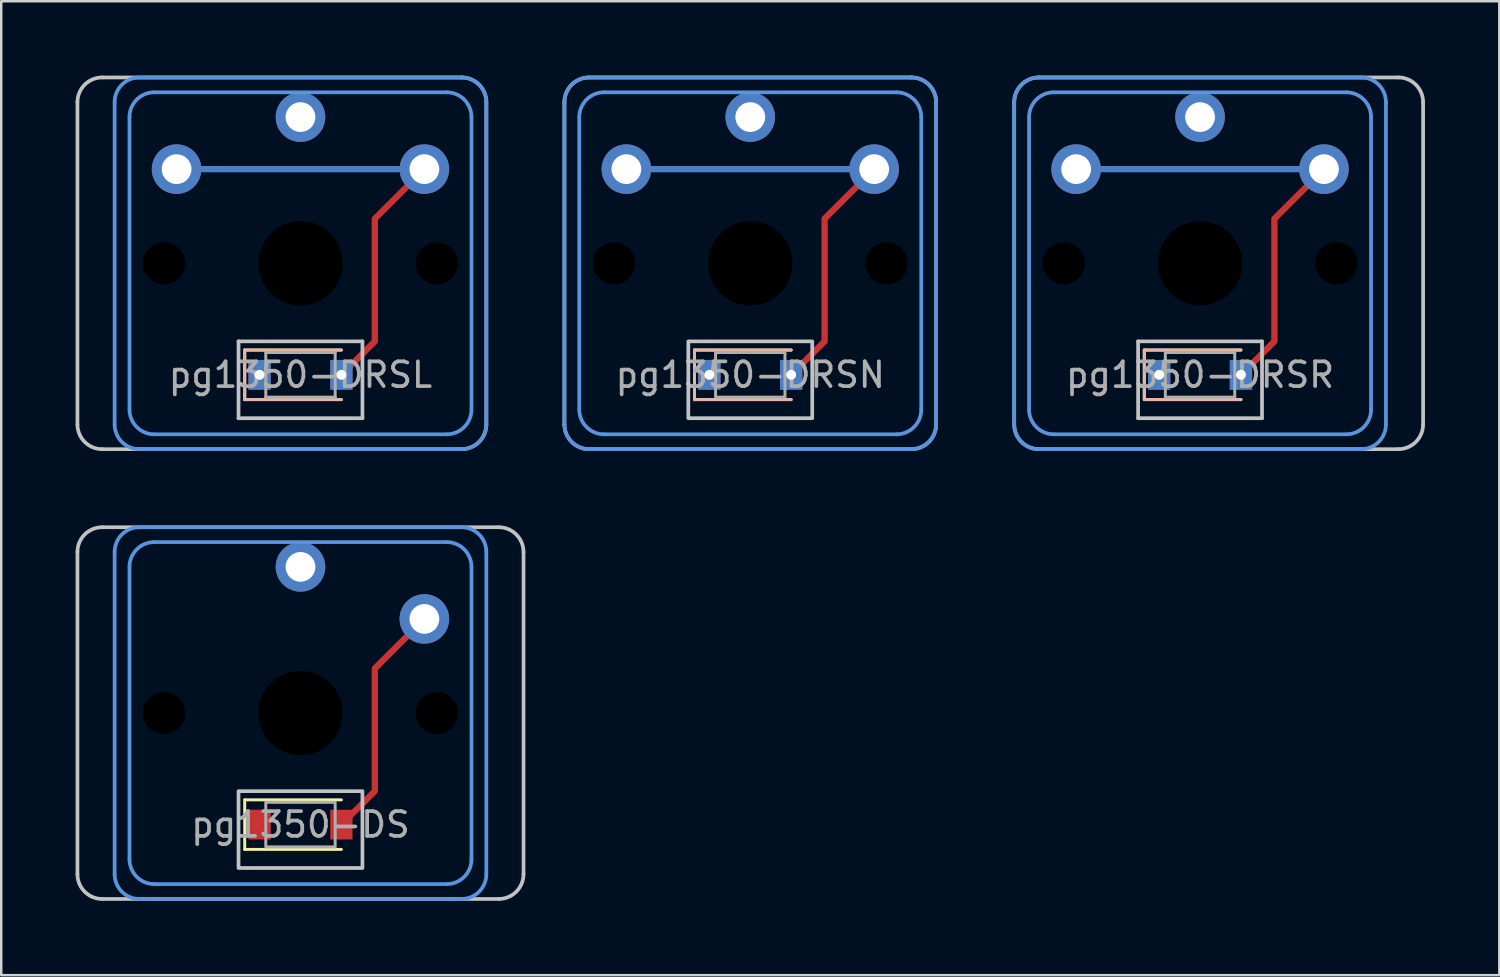
<source format=kicad_pcb>
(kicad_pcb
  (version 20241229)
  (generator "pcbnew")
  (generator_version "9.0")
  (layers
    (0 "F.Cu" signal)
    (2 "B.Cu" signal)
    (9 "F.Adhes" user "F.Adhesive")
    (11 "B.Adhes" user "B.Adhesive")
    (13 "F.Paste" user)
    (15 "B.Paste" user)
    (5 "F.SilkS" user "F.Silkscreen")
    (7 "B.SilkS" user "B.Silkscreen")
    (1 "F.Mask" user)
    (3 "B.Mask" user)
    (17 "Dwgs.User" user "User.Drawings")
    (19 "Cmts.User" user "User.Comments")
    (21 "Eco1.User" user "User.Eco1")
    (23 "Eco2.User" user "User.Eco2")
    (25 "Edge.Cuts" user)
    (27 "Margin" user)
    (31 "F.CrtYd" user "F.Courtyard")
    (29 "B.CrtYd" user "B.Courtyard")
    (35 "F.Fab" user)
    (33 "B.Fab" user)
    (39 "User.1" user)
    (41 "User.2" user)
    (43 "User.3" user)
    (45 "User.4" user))
  (footprint "pg1350-DRSL"
    (layer "F.Cu")
    (at 9.075 12.075)
    (property "Reference" "pg1350-DRSL" (at 0 0 0) (layer "F.Fab") (effects (font (size 1 1) (thickness 0.15))))
    (attr smd)
    (fp_line (start -2.25 -1) (end -2.25 1) (stroke (width 0.12) (type solid)) (layer "F.SilkS"))
    (fp_line (start -2.25 -1) (end 1.65 -1) (stroke (width 0.12) (type solid)) (layer "F.SilkS"))
    (fp_line (start -2.25 1) (end 1.65 1) (stroke (width 0.12) (type solid)) (layer "F.SilkS"))
    (fp_line (start -2.25 -1) (end -2.25 1) (stroke (width 0.12) (type solid)) (layer "B.SilkS"))
    (fp_line (start -2.25 -1) (end 1.65 -1) (stroke (width 0.12) (type solid)) (layer "B.SilkS"))
    (fp_line (start -2.25 1) (end 1.65 1) (stroke (width 0.12) (type solid)) (layer "B.SilkS"))
    (fp_line (start -9 2) (end -9 -11) (stroke (width 0.15) (type solid)) (layer "Dwgs.User"))
    (fp_line (start -8 -12) (end 6.5 -12) (stroke (width 0.15) (type solid)) (layer "Dwgs.User"))
    (fp_line (start -2.5 -1.35) (end -2.5 1.75) (stroke (width 0.15) (type solid)) (layer "Dwgs.User"))
    (fp_line (start -2.5 1.75) (end 2.5 1.75) (stroke (width 0.15) (type solid)) (layer "Dwgs.User"))
    (fp_line (start 2.5 -1.35) (end -2.5 -1.35) (stroke (width 0.15) (type solid)) (layer "Dwgs.User"))
    (fp_line (start 2.5 1.75) (end 2.5 -1.35) (stroke (width 0.15) (type solid)) (layer "Dwgs.User"))
    (fp_line (start 6.5 3) (end -8 3) (stroke (width 0.15) (type solid)) (layer "Dwgs.User"))
    (fp_line (start 7.5 -11) (end 7.5 2) (stroke (width 0.15) (type solid)) (layer "Dwgs.User"))
    (fp_arc (start -9 -11) (mid -8.707107 -11.707107) (end -8 -12) (stroke (width 0.15) (type solid)) (layer "Dwgs.User"))
    (fp_arc (start -8 3) (mid -8.707107 2.707107) (end -9 2) (stroke (width 0.15) (type solid)) (layer "Dwgs.User"))
    (fp_arc (start 6.5 -12) (mid 7.207107 -11.707107) (end 7.5 -11) (stroke (width 0.15) (type solid)) (layer "Dwgs.User"))
    (fp_arc (start 7.5 2) (mid 7.207107 2.707107) (end 6.5 3) (stroke (width 0.15) (type solid)) (layer "Dwgs.User"))
    (fp_line (start -7.5 2) (end -7.5 -11) (stroke (width 0.15) (type solid)) (layer "Cmts.User"))
    (fp_line (start -6.9 1.4) (end -6.9 -10.4) (stroke (width 0.15) (type solid)) (layer "Cmts.User"))
    (fp_line (start -6.5 -12) (end 6.5 -12) (stroke (width 0.15) (type solid)) (layer "Cmts.User"))
    (fp_line (start -5.9 -11.4) (end 5.9 -11.4) (stroke (width 0.15) (type solid)) (layer "Cmts.User"))
    (fp_line (start 5.9 2.4) (end -5.9 2.4) (stroke (width 0.15) (type solid)) (layer "Cmts.User"))
    (fp_line (start 6.5 3) (end -6.5 3) (stroke (width 0.15) (type solid)) (layer "Cmts.User"))
    (fp_line (start 6.9 -10.4) (end 6.9 1.4) (stroke (width 0.15) (type solid)) (layer "Cmts.User"))
    (fp_line (start 7.5 -11) (end 7.5 2) (stroke (width 0.15) (type solid)) (layer "Cmts.User"))
    (fp_arc (start -7.5 -11) (mid -7.207107 -11.707107) (end -6.5 -12) (stroke (width 0.15) (type solid)) (layer "Cmts.User"))
    (fp_arc (start -6.9 -10.4) (mid -6.607107 -11.107107) (end -5.9 -11.4) (stroke (width 0.15) (type solid)) (layer "Cmts.User"))
    (fp_arc (start -6.5 3) (mid -7.207107 2.707107) (end -7.5 2) (stroke (width 0.15) (type solid)) (layer "Cmts.User"))
    (fp_arc (start -5.9 2.4) (mid -6.607107 2.107107) (end -6.9 1.4) (stroke (width 0.15) (type solid)) (layer "Cmts.User"))
    (fp_arc (start 5.9 -11.4) (mid 6.607107 -11.107107) (end 6.9 -10.4) (stroke (width 0.15) (type solid)) (layer "Cmts.User"))
    (fp_arc (start 6.5 -12) (mid 7.207107 -11.707107) (end 7.5 -11) (stroke (width 0.15) (type solid)) (layer "Cmts.User"))
    (fp_arc (start 6.9 1.4) (mid 6.607107 2.107107) (end 5.9 2.4) (stroke (width 0.15) (type solid)) (layer "Cmts.User"))
    (fp_arc (start 7.5 2) (mid 7.207107 2.707107) (end 6.5 3) (stroke (width 0.15) (type solid)) (layer "Cmts.User"))
    (fp_line (start -1.4 -0.9) (end -1.4 0.9) (stroke (width 0.12) (type solid)) (layer "F.Fab"))
    (fp_line (start -1.4 0.9) (end 1.4 0.9) (stroke (width 0.12) (type solid)) (layer "F.Fab"))
    (fp_line (start 1.4 -0.9) (end -1.4 -0.9) (stroke (width 0.12) (type solid)) (layer "F.Fab"))
    (fp_line (start 1.4 0.9) (end 1.4 -0.9) (stroke (width 0.12) (type solid)) (layer "F.Fab"))
    (pad "" np_thru_hole circle (at -5.5 -4.5) (size 1.7 1.7) (drill 1.7) (layers "*.Mask"))
    (pad "" smd custom (at -5 -8.3) (size 0.254 0.254) (layers "B.Cu") (options (anchor circle)) (primitives (gr_line (start 0 0) (end 10 0) (width 0.254))))
    (pad "" thru_hole circle (at -5 -8.3) (size 2 2) (drill 1.2) (layers "*.Cu" "F.Mask"))
    (pad "" np_thru_hole circle (at 0 -4.5) (size 3.4 3.4) (drill 3.4) (layers "*.Mask"))
    (pad "" thru_hole rect (at 1.65 0) (size 0.9 1.2) (drill 0.4) (layers "*.Cu" "*.Mask"))
    (pad "" smd custom (at 5 -8.3) (size 0.254 0.254) (layers "F.Cu") (options (anchor circle)) (primitives (gr_line (start 0 0) (end -2 2) (width 0.254)) (gr_line (start -2 2) (end -2 6.95) (width 0.254)) (gr_line (start -2 6.95) (end -3.35 8.3) (width 0.254))))
    (pad "" thru_hole circle (at 5 -8.3) (size 2 2) (drill 1.2) (layers "*.Cu" "B.Mask"))
    (pad "" np_thru_hole circle (at 5.5 -4.5) (size 1.7 1.7) (drill 1.7) (layers "*.Mask"))
    (pad "1" thru_hole circle (at 0 -10.4) (size 2 2) (drill 1.2) (layers "*.Cu" "*.Mask"))
    (pad "2" thru_hole rect (at -1.65 0) (size 0.9 1.2) (drill 0.4) (layers "*.Cu" "*.Mask")))
  (footprint "pg1350-DS"
    (layer "F.Cu")
    (at 9.075 30.225)
    (property "Reference" "pg1350-DS" (at 0 0 0) (layer "F.Fab") (effects (font (size 1 1) (thickness 0.15))))
    (attr smd)
    (fp_line (start -2.25 -1) (end -2.25 1) (stroke (width 0.12) (type solid)) (layer "F.SilkS"))
    (fp_line (start -2.25 1) (end 1.65 1) (stroke (width 0.12) (type solid)) (layer "F.SilkS"))
    (fp_line (start 1.65 -1) (end -2.25 -1) (stroke (width 0.12) (type solid)) (layer "F.SilkS"))
    (fp_line (start -9 2) (end -9 -11) (stroke (width 0.15) (type solid)) (layer "Dwgs.User"))
    (fp_line (start -8 -12) (end 8 -12) (stroke (width 0.15) (type solid)) (layer "Dwgs.User"))
    (fp_line (start 8 3) (end -8 3) (stroke (width 0.15) (type solid)) (layer "Dwgs.User"))
    (fp_line (start 9 -11) (end 9 2) (stroke (width 0.15) (type solid)) (layer "Dwgs.User"))
    (fp_rect (start 2.5 1.75) (end -2.5 -1.35) (stroke (width 0.15) (type solid)) (fill no) (layer "Dwgs.User"))
    (fp_arc (start -9 -11) (mid -8.707107 -11.707107) (end -8 -12) (stroke (width 0.15) (type solid)) (layer "Dwgs.User"))
    (fp_arc (start -8 3) (mid -8.707107 2.707107) (end -9 2) (stroke (width 0.15) (type solid)) (layer "Dwgs.User"))
    (fp_arc (start 8 -12) (mid 8.707107 -11.707107) (end 9 -11) (stroke (width 0.15) (type solid)) (layer "Dwgs.User"))
    (fp_arc (start 9 2) (mid 8.707107 2.707107) (end 8 3) (stroke (width 0.15) (type solid)) (layer "Dwgs.User"))
    (fp_line (start -7.5 2) (end -7.5 -11) (stroke (width 0.15) (type solid)) (layer "Cmts.User"))
    (fp_line (start -6.9 1.4) (end -6.9 -10.4) (stroke (width 0.15) (type solid)) (layer "Cmts.User"))
    (fp_line (start -6.5 -12) (end 6.5 -12) (stroke (width 0.15) (type solid)) (layer "Cmts.User"))
    (fp_line (start -5.9 -11.4) (end 5.9 -11.4) (stroke (width 0.15) (type solid)) (layer "Cmts.User"))
    (fp_line (start 5.9 2.4) (end -5.9 2.4) (stroke (width 0.15) (type solid)) (layer "Cmts.User"))
    (fp_line (start 6.5 3) (end -6.5 3) (stroke (width 0.15) (type solid)) (layer "Cmts.User"))
    (fp_line (start 6.9 -10.4) (end 6.9 1.4) (stroke (width 0.15) (type solid)) (layer "Cmts.User"))
    (fp_line (start 7.5 -11) (end 7.5 2) (stroke (width 0.15) (type solid)) (layer "Cmts.User"))
    (fp_arc (start -7.5 -11) (mid -7.207107 -11.707107) (end -6.5 -12) (stroke (width 0.15) (type solid)) (layer "Cmts.User"))
    (fp_arc (start -6.9 -10.4) (mid -6.607107 -11.107107) (end -5.9 -11.4) (stroke (width 0.15) (type solid)) (layer "Cmts.User"))
    (fp_arc (start -6.5 3) (mid -7.207107 2.707107) (end -7.5 2) (stroke (width 0.15) (type solid)) (layer "Cmts.User"))
    (fp_arc (start -5.9 2.4) (mid -6.607107 2.107107) (end -6.9 1.4) (stroke (width 0.15) (type solid)) (layer "Cmts.User"))
    (fp_arc (start 5.9 -11.4) (mid 6.607107 -11.107107) (end 6.9 -10.4) (stroke (width 0.15) (type solid)) (layer "Cmts.User"))
    (fp_arc (start 6.5 -12) (mid 7.207107 -11.707107) (end 7.5 -11) (stroke (width 0.15) (type solid)) (layer "Cmts.User"))
    (fp_arc (start 6.9 1.4) (mid 6.607107 2.107107) (end 5.9 2.4) (stroke (width 0.15) (type solid)) (layer "Cmts.User"))
    (fp_arc (start 7.5 2) (mid 7.207107 2.707107) (end 6.5 3) (stroke (width 0.15) (type solid)) (layer "Cmts.User"))
    (fp_rect (start 1.4 0.9) (end -1.4 -0.9) (stroke (width 0.12) (type solid)) (fill no) (layer "F.Fab"))
    (pad "" np_thru_hole circle (at -5.5 -4.5) (size 1.7 1.7) (drill 1.7) (layers "*.Mask"))
    (pad "" np_thru_hole circle (at 0 -4.5) (size 3.4 3.4) (drill 3.4) (layers "*.Mask"))
    (pad "" np_thru_hole circle (at 5.5 -4.5) (size 1.7 1.7) (drill 1.7) (layers "*.Mask"))
    (pad "1" thru_hole circle (at 0 -10.4) (size 2 2) (drill 1.2) (layers "*.Cu" "B.Mask"))
    (pad "2" smd rect (at -1.65 0) (size 0.9 1.2) (layers "F.Cu" "F.Mask" "F.Paste"))
    (pad "3" smd custom (at 1.65 0) (size 0.254 0.254) (layers "F.Cu") (options (anchor circle)) (primitives (gr_line (start 3.35 -8.3) (end 1.35 -6.3) (width 0.254)) (gr_line (start 1.35 -6.3) (end 1.35 -1.35) (width 0.254)) (gr_line (start 1.35 -1.35) (end 0 0) (width 0.254))))
    (pad "3" smd rect (at 1.65 0) (size 0.9 1.2) (layers "F.Cu" "F.Mask" "F.Paste"))
    (pad "3" thru_hole circle (at 5 -8.3) (size 2 2) (drill 1.2) (layers "*.Cu" "B.Mask")))
  (footprint "pg1350-DRSR"
    (layer "F.Cu")
    (at 45.375 12.075)
    (property "Reference" "pg1350-DRSR" (at 0 0 0) (layer "F.Fab") (effects (font (size 1 1) (thickness 0.15))))
    (attr smd)
    (fp_line (start -2.25 -1) (end -2.25 1) (stroke (width 0.12) (type solid)) (layer "F.SilkS"))
    (fp_line (start -2.25 -1) (end 1.65 -1) (stroke (width 0.12) (type solid)) (layer "F.SilkS"))
    (fp_line (start -2.25 1) (end 1.65 1) (stroke (width 0.12) (type solid)) (layer "F.SilkS"))
    (fp_line (start -2.25 -1) (end -2.25 1) (stroke (width 0.12) (type solid)) (layer "B.SilkS"))
    (fp_line (start -2.25 -1) (end 1.65 -1) (stroke (width 0.12) (type solid)) (layer "B.SilkS"))
    (fp_line (start -2.25 1) (end 1.65 1) (stroke (width 0.12) (type solid)) (layer "B.SilkS"))
    (fp_line (start -7.5 2) (end -7.5 -11) (stroke (width 0.15) (type solid)) (layer "Dwgs.User"))
    (fp_line (start -6.5 -12) (end 8 -12) (stroke (width 0.15) (type solid)) (layer "Dwgs.User"))
    (fp_line (start -2.5 -1.35) (end -2.5 1.75) (stroke (width 0.15) (type solid)) (layer "Dwgs.User"))
    (fp_line (start -2.5 1.75) (end 2.5 1.75) (stroke (width 0.15) (type solid)) (layer "Dwgs.User"))
    (fp_line (start 2.5 -1.35) (end -2.5 -1.35) (stroke (width 0.15) (type solid)) (layer "Dwgs.User"))
    (fp_line (start 2.5 1.75) (end 2.5 -1.35) (stroke (width 0.15) (type solid)) (layer "Dwgs.User"))
    (fp_line (start 8 3) (end -6.5 3) (stroke (width 0.15) (type solid)) (layer "Dwgs.User"))
    (fp_line (start 9 -11) (end 9 2) (stroke (width 0.15) (type solid)) (layer "Dwgs.User"))
    (fp_arc (start -7.5 -11) (mid -7.207107 -11.707107) (end -6.5 -12) (stroke (width 0.15) (type solid)) (layer "Dwgs.User"))
    (fp_arc (start -6.5 3) (mid -7.207107 2.707107) (end -7.5 2) (stroke (width 0.15) (type solid)) (layer "Dwgs.User"))
    (fp_arc (start 8 -12) (mid 8.707107 -11.707107) (end 9 -11) (stroke (width 0.15) (type solid)) (layer "Dwgs.User"))
    (fp_arc (start 9 2) (mid 8.707107 2.707107) (end 8 3) (stroke (width 0.15) (type solid)) (layer "Dwgs.User"))
    (fp_line (start -7.5 2) (end -7.5 -11) (stroke (width 0.15) (type solid)) (layer "Cmts.User"))
    (fp_line (start -6.9 1.4) (end -6.9 -10.4) (stroke (width 0.15) (type solid)) (layer "Cmts.User"))
    (fp_line (start -6.5 -12) (end 6.5 -12) (stroke (width 0.15) (type solid)) (layer "Cmts.User"))
    (fp_line (start -5.9 -11.4) (end 5.9 -11.4) (stroke (width 0.15) (type solid)) (layer "Cmts.User"))
    (fp_line (start 5.9 2.4) (end -5.9 2.4) (stroke (width 0.15) (type solid)) (layer "Cmts.User"))
    (fp_line (start 6.5 3) (end -6.5 3) (stroke (width 0.15) (type solid)) (layer "Cmts.User"))
    (fp_line (start 6.9 -10.4) (end 6.9 1.4) (stroke (width 0.15) (type solid)) (layer "Cmts.User"))
    (fp_line (start 7.5 -11) (end 7.5 2) (stroke (width 0.15) (type solid)) (layer "Cmts.User"))
    (fp_arc (start -7.5 -11) (mid -7.207107 -11.707107) (end -6.5 -12) (stroke (width 0.15) (type solid)) (layer "Cmts.User"))
    (fp_arc (start -6.9 -10.4) (mid -6.607107 -11.107107) (end -5.9 -11.4) (stroke (width 0.15) (type solid)) (layer "Cmts.User"))
    (fp_arc (start -6.5 3) (mid -7.207107 2.707107) (end -7.5 2) (stroke (width 0.15) (type solid)) (layer "Cmts.User"))
    (fp_arc (start -5.9 2.4) (mid -6.607107 2.107107) (end -6.9 1.4) (stroke (width 0.15) (type solid)) (layer "Cmts.User"))
    (fp_arc (start 5.9 -11.4) (mid 6.607107 -11.107107) (end 6.9 -10.4) (stroke (width 0.15) (type solid)) (layer "Cmts.User"))
    (fp_arc (start 6.5 -12) (mid 7.207107 -11.707107) (end 7.5 -11) (stroke (width 0.15) (type solid)) (layer "Cmts.User"))
    (fp_arc (start 6.9 1.4) (mid 6.607107 2.107107) (end 5.9 2.4) (stroke (width 0.15) (type solid)) (layer "Cmts.User"))
    (fp_arc (start 7.5 2) (mid 7.207107 2.707107) (end 6.5 3) (stroke (width 0.15) (type solid)) (layer "Cmts.User"))
    (fp_line (start -1.4 -0.9) (end -1.4 0.9) (stroke (width 0.12) (type solid)) (layer "F.Fab"))
    (fp_line (start -1.4 0.9) (end 1.4 0.9) (stroke (width 0.12) (type solid)) (layer "F.Fab"))
    (fp_line (start 1.4 -0.9) (end -1.4 -0.9) (stroke (width 0.12) (type solid)) (layer "F.Fab"))
    (fp_line (start 1.4 0.9) (end 1.4 -0.9) (stroke (width 0.12) (type solid)) (layer "F.Fab"))
    (pad "" np_thru_hole circle (at -5.5 -4.5) (size 1.7 1.7) (drill 1.7) (layers "*.Mask"))
    (pad "" smd custom (at -5 -8.3) (size 0.254 0.254) (layers "B.Cu") (options (anchor circle)) (primitives (gr_line (start 0 0) (end 10 0) (width 0.254))))
    (pad "" thru_hole circle (at -5 -8.3) (size 2 2) (drill 1.2) (layers "*.Cu" "F.Mask"))
    (pad "" np_thru_hole circle (at 0 -4.5) (size 3.4 3.4) (drill 3.4) (layers "*.Mask"))
    (pad "" thru_hole rect (at 1.65 0) (size 0.9 1.2) (drill 0.4) (layers "*.Cu" "*.Mask"))
    (pad "" smd custom (at 5 -8.3) (size 0.254 0.254) (layers "F.Cu") (options (anchor circle)) (primitives (gr_line (start 0 0) (end -2 2) (width 0.254)) (gr_line (start -2 2) (end -2 6.95) (width 0.254)) (gr_line (start -2 6.95) (end -3.35 8.3) (width 0.254))))
    (pad "" thru_hole circle (at 5 -8.3) (size 2 2) (drill 1.2) (layers "*.Cu" "B.Mask"))
    (pad "" np_thru_hole circle (at 5.5 -4.5) (size 1.7 1.7) (drill 1.7) (layers "*.Mask"))
    (pad "1" thru_hole circle (at 0 -10.4) (size 2 2) (drill 1.2) (layers "*.Cu" "*.Mask"))
    (pad "2" thru_hole rect (at -1.65 0) (size 0.9 1.2) (drill 0.4) (layers "*.Cu" "*.Mask")))
  (footprint "pg1350-DRSN"
    (layer "F.Cu")
    (at 27.225 12.075)
    (property "Reference" "pg1350-DRSN" (at 0 0 0) (layer "F.Fab") (effects (font (size 1 1) (thickness 0.15))))
    (attr smd)
    (fp_line (start -2.25 -1) (end -2.25 1) (stroke (width 0.12) (type solid)) (layer "F.SilkS"))
    (fp_line (start -2.25 1) (end 1.65 1) (stroke (width 0.12) (type solid)) (layer "F.SilkS"))
    (fp_line (start 1.65 -1) (end -2.25 -1) (stroke (width 0.12) (type solid)) (layer "F.SilkS"))
    (fp_line (start -2.25 -1) (end -2.25 1) (stroke (width 0.12) (type solid)) (layer "B.SilkS"))
    (fp_line (start -2.25 1) (end 1.65 1) (stroke (width 0.12) (type solid)) (layer "B.SilkS"))
    (fp_line (start 1.65 -1) (end -2.25 -1) (stroke (width 0.12) (type solid)) (layer "B.SilkS"))
    (fp_line (start -7.5 2) (end -7.5 -11) (stroke (width 0.15) (type solid)) (layer "Dwgs.User"))
    (fp_line (start -6.5 -12) (end 6.5 -12) (stroke (width 0.15) (type solid)) (layer "Dwgs.User"))
    (fp_line (start 6.5 3) (end -6.5 3) (stroke (width 0.15) (type solid)) (layer "Dwgs.User"))
    (fp_line (start 7.5 -11) (end 7.5 2) (stroke (width 0.15) (type solid)) (layer "Dwgs.User"))
    (fp_rect (start 2.5 1.75) (end -2.5 -1.35) (stroke (width 0.15) (type solid)) (fill no) (layer "Dwgs.User"))
    (fp_arc (start -7.5 -11) (mid -7.207107 -11.707107) (end -6.5 -12) (stroke (width 0.15) (type solid)) (layer "Dwgs.User"))
    (fp_arc (start -6.5 3) (mid -7.207107 2.707107) (end -7.5 2) (stroke (width 0.15) (type solid)) (layer "Dwgs.User"))
    (fp_arc (start 6.5 -12) (mid 7.207107 -11.707107) (end 7.5 -11) (stroke (width 0.15) (type solid)) (layer "Dwgs.User"))
    (fp_arc (start 7.5 2) (mid 7.207107 2.707107) (end 6.5 3) (stroke (width 0.15) (type solid)) (layer "Dwgs.User"))
    (fp_line (start -7.5 2) (end -7.5 -11) (stroke (width 0.15) (type solid)) (layer "Cmts.User"))
    (fp_line (start -6.9 1.4) (end -6.9 -10.4) (stroke (width 0.15) (type solid)) (layer "Cmts.User"))
    (fp_line (start -6.5 -12) (end 6.5 -12) (stroke (width 0.15) (type solid)) (layer "Cmts.User"))
    (fp_line (start -5.9 -11.4) (end 5.9 -11.4) (stroke (width 0.15) (type solid)) (layer "Cmts.User"))
    (fp_line (start 5.9 2.4) (end -5.9 2.4) (stroke (width 0.15) (type solid)) (layer "Cmts.User"))
    (fp_line (start 6.5 3) (end -6.5 3) (stroke (width 0.15) (type solid)) (layer "Cmts.User"))
    (fp_line (start 6.9 -10.4) (end 6.9 1.4) (stroke (width 0.15) (type solid)) (layer "Cmts.User"))
    (fp_line (start 7.5 -11) (end 7.5 2) (stroke (width 0.15) (type solid)) (layer "Cmts.User"))
    (fp_arc (start -7.5 -11) (mid -7.207107 -11.707107) (end -6.5 -12) (stroke (width 0.15) (type solid)) (layer "Cmts.User"))
    (fp_arc (start -6.9 -10.4) (mid -6.607107 -11.107107) (end -5.9 -11.4) (stroke (width 0.15) (type solid)) (layer "Cmts.User"))
    (fp_arc (start -6.5 3) (mid -7.207107 2.707107) (end -7.5 2) (stroke (width 0.15) (type solid)) (layer "Cmts.User"))
    (fp_arc (start -5.9 2.4) (mid -6.607107 2.107107) (end -6.9 1.4) (stroke (width 0.15) (type solid)) (layer "Cmts.User"))
    (fp_arc (start 5.9 -11.4) (mid 6.607107 -11.107107) (end 6.9 -10.4) (stroke (width 0.15) (type solid)) (layer "Cmts.User"))
    (fp_arc (start 6.5 -12) (mid 7.207107 -11.707107) (end 7.5 -11) (stroke (width 0.15) (type solid)) (layer "Cmts.User"))
    (fp_arc (start 6.9 1.4) (mid 6.607107 2.107107) (end 5.9 2.4) (stroke (width 0.15) (type solid)) (layer "Cmts.User"))
    (fp_arc (start 7.5 2) (mid 7.207107 2.707107) (end 6.5 3) (stroke (width 0.15) (type solid)) (layer "Cmts.User"))
    (fp_rect (start 1.4 0.9) (end -1.4 -0.9) (stroke (width 0.12) (type solid)) (fill no) (layer "F.Fab"))
    (pad "" np_thru_hole circle (at -5.5 -4.5) (size 1.7 1.7) (drill 1.7) (layers "*.Mask"))
    (pad "" np_thru_hole circle (at 0 -4.5) (size 3.4 3.4) (drill 3.4) (layers "*.Mask"))
    (pad "" np_thru_hole circle (at 5.5 -4.5) (size 1.7 1.7) (drill 1.7) (layers "*.Mask"))
    (pad "1" thru_hole circle (at 0 -10.4) (size 2 2) (drill 1.2) (layers "*.Cu" "*.Mask"))
    (pad "2" thru_hole rect (at -1.65 0) (size 0.9 1.2) (drill 0.4) (layers "*.Cu" "*.Mask"))
    (pad "3" smd custom (at -5 -8.3) (size 0.254 0.254) (layers "B.Cu") (options (anchor circle)) (primitives (gr_line (start 0 0) (end 10 0) (width 0.254))))
    (pad "3" thru_hole circle (at -5 -8.3) (size 2 2) (drill 1.2) (layers "*.Cu" "F.Mask"))
    (pad "3" smd custom (at 1.65 0) (size 0.254 0.254) (layers "F.Cu") (options (anchor circle)) (primitives (gr_line (start 3.35 -8.3) (end 1.35 -6.3) (width 0.254)) (gr_line (start 1.35 -6.3) (end 1.35 -1.35) (width 0.254)) (gr_line (start 1.35 -1.35) (end 0 0) (width 0.254))))
    (pad "3" thru_hole rect (at 1.65 0) (size 0.9 1.2) (drill 0.4) (layers "*.Cu" "*.Mask"))
    (pad "3" thru_hole circle (at 5 -8.3) (size 2 2) (drill 1.2) (layers "*.Cu" "B.Mask")))
  (gr_rect
    (start -3 -3)
    (end 57.45 36.3)
    (stroke (width 0.1) (type default))
    (fill no)
    (layer "Edge.Cuts")))
</source>
